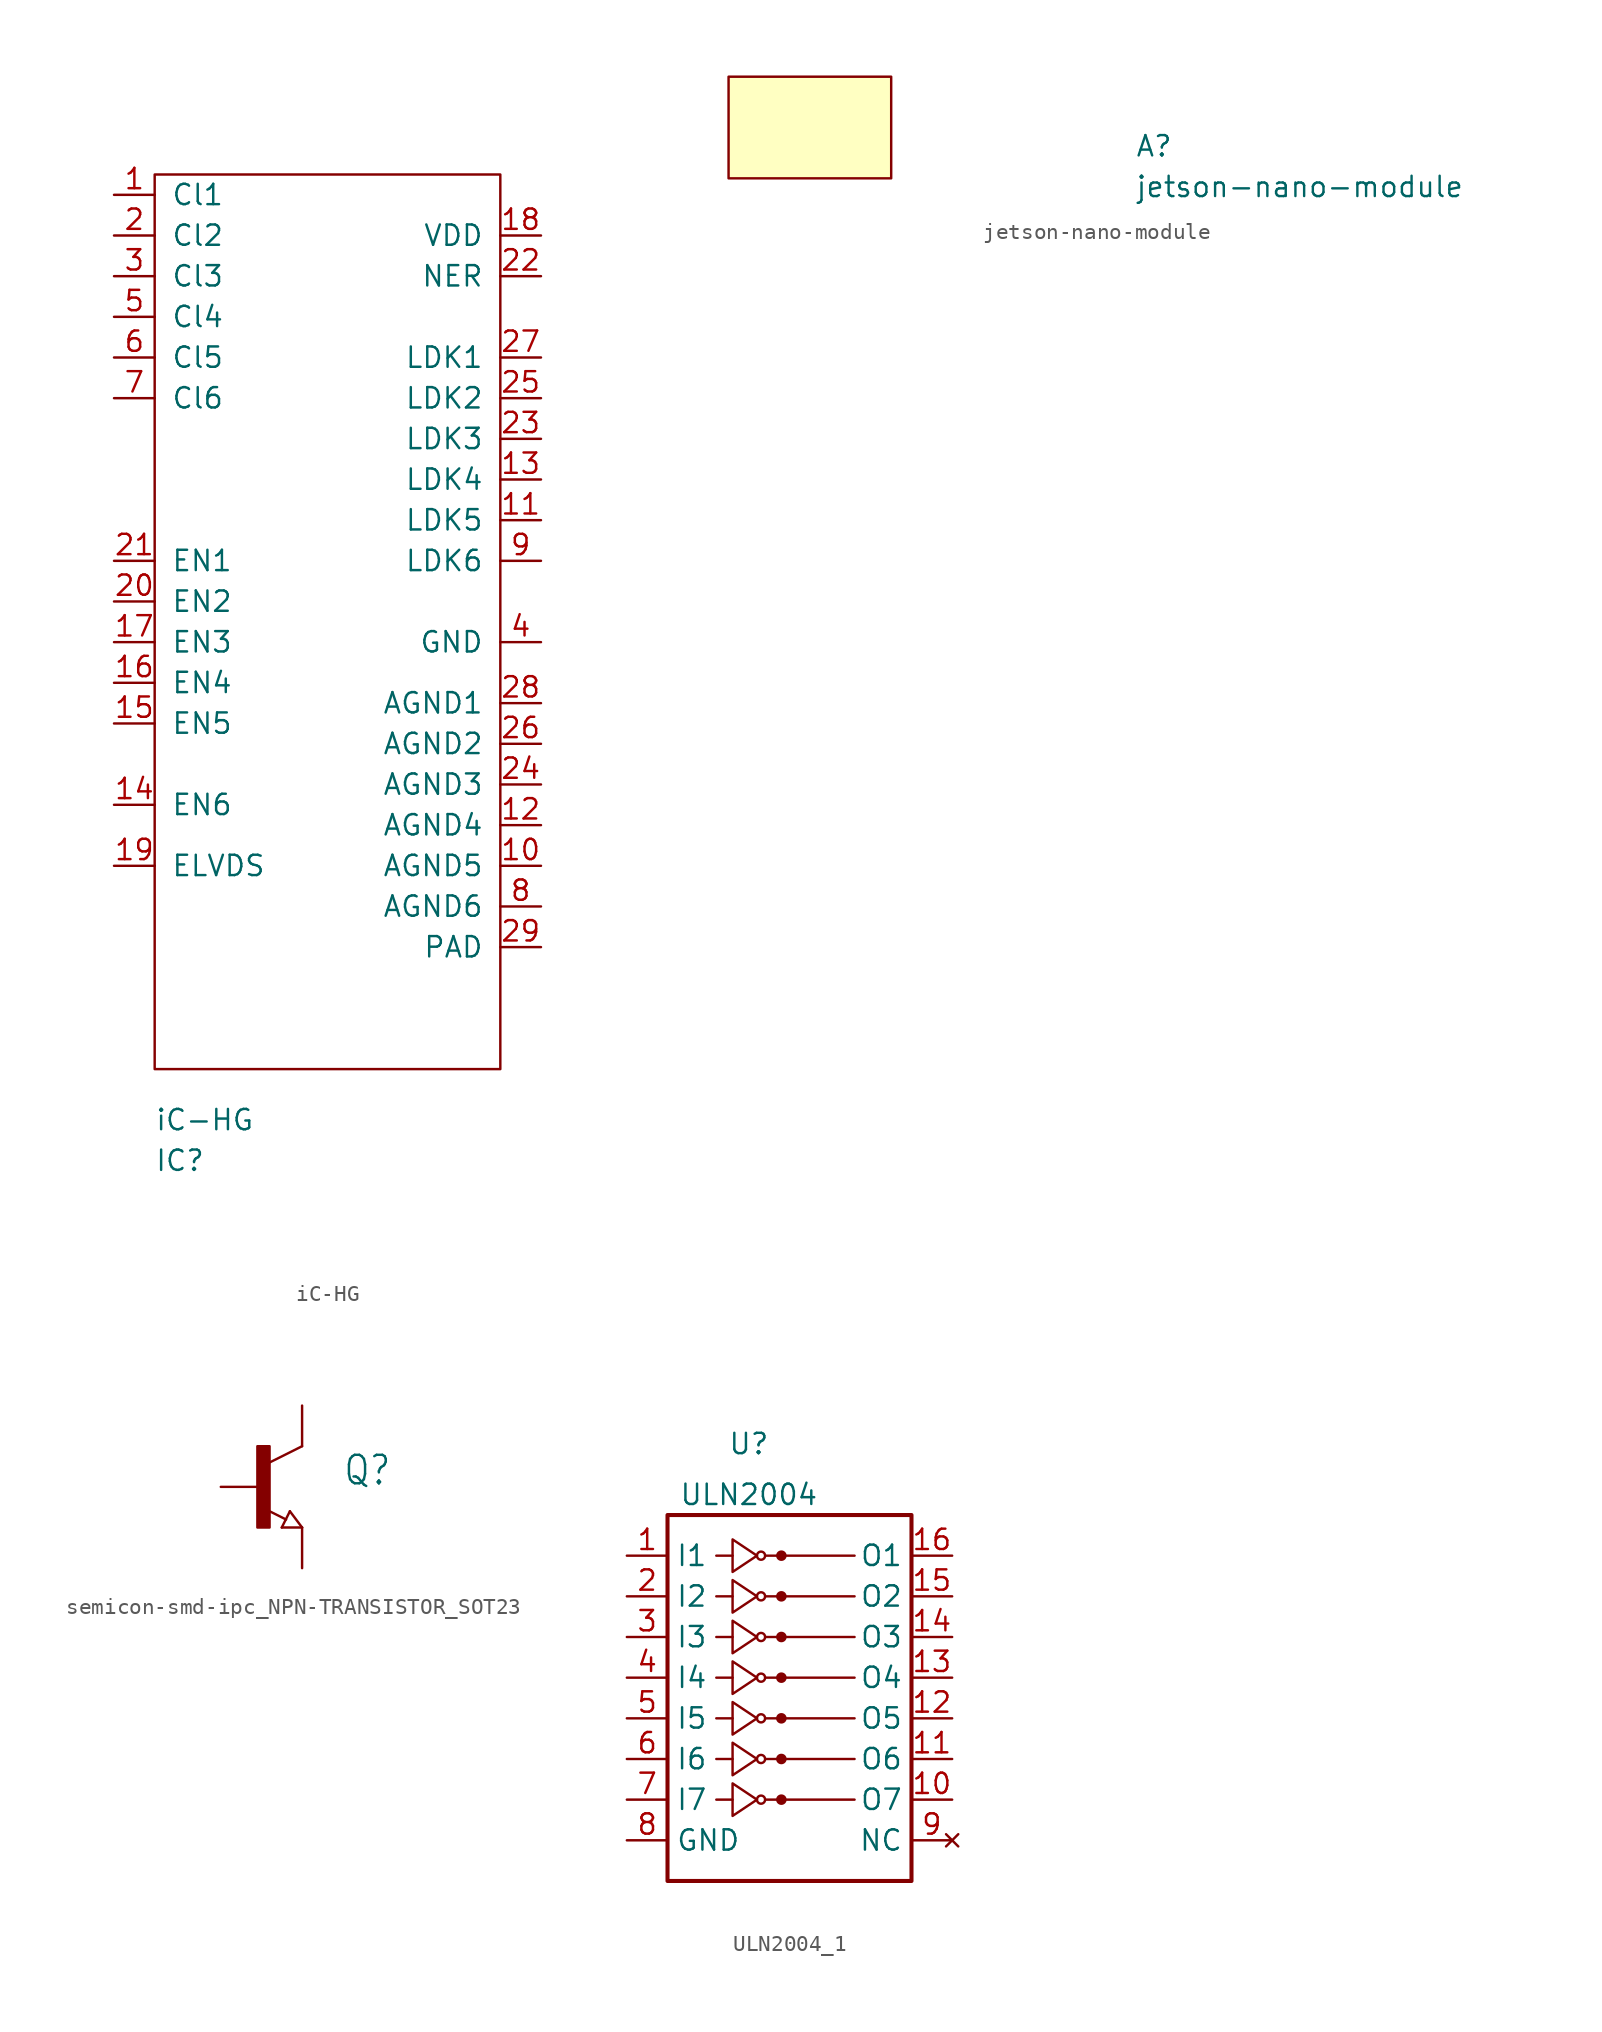
<source format=kicad_sym>
(kicad_symbol_lib
  (version 20231120)
  (generator "kicad_symbol_editor")
  (generator_version "8.0")
  (symbol "iC-HG"
    (pin_names
      (offset 1.016))
    (property "Reference" "IC"
      (at -10.795 -31.115 0)
      (effects (font (size 1.27 1.27)) (justify left)))
    (property "Value" "iC-HG"
      (at -10.795 -28.575 0)
      (effects (font (size 1.27 1.27)) (justify left)))
    (symbol "iC-HG_1_1"
      (rectangle (start -10.795 30.48) (end 10.795 -25.4) (stroke (width 0) (type default)) (fill (type none)))
      (pin input line (at -13.335 29.21 0) (length 2.54) (name "Cl1" (effects (font (size 1.27 1.27)))) (number "1" (effects (font (size 1.27 1.27)))))
      (pin input line (at 13.335 -12.7 180) (length 2.54) (name "AGND5" (effects (font (size 1.27 1.27)))) (number "10" (effects (font (size 1.27 1.27)))))
      (pin input line (at 13.335 8.89 180) (length 2.54) (name "LDK5" (effects (font (size 1.27 1.27)))) (number "11" (effects (font (size 1.27 1.27)))))
      (pin input line (at 13.335 -10.16 180) (length 2.54) (name "AGND4" (effects (font (size 1.27 1.27)))) (number "12" (effects (font (size 1.27 1.27)))))
      (pin input line (at 13.335 11.43 180) (length 2.54) (name "LDK4" (effects (font (size 1.27 1.27)))) (number "13" (effects (font (size 1.27 1.27)))))
      (pin input line (at -13.335 -8.89 0) (length 2.54) (name "EN6" (effects (font (size 1.27 1.27)))) (number "14" (effects (font (size 1.27 1.27)))))
      (pin input line (at -13.335 -3.81 0) (length 2.54) (name "EN5" (effects (font (size 1.27 1.27)))) (number "15" (effects (font (size 1.27 1.27)))))
      (pin input line (at -13.335 -1.27 0) (length 2.54) (name "EN4" (effects (font (size 1.27 1.27)))) (number "16" (effects (font (size 1.27 1.27)))))
      (pin input line (at -13.335 1.27 0) (length 2.54) (name "EN3" (effects (font (size 1.27 1.27)))) (number "17" (effects (font (size 1.27 1.27)))))
      (pin input line (at 13.335 26.67 180) (length 2.54) (name "VDD" (effects (font (size 1.27 1.27)))) (number "18" (effects (font (size 1.27 1.27)))))
      (pin input line (at -13.335 -12.7 0) (length 2.54) (name "ELVDS" (effects (font (size 1.27 1.27)))) (number "19" (effects (font (size 1.27 1.27)))))
      (pin input line (at -13.335 26.67 0) (length 2.54) (name "Cl2" (effects (font (size 1.27 1.27)))) (number "2" (effects (font (size 1.27 1.27)))))
      (pin input line (at -13.335 3.81 0) (length 2.54) (name "EN2" (effects (font (size 1.27 1.27)))) (number "20" (effects (font (size 1.27 1.27)))))
      (pin input line (at -13.335 6.35 0) (length 2.54) (name "EN1" (effects (font (size 1.27 1.27)))) (number "21" (effects (font (size 1.27 1.27)))))
      (pin input line (at 13.335 24.13 180) (length 2.54) (name "NER" (effects (font (size 1.27 1.27)))) (number "22" (effects (font (size 1.27 1.27)))))
      (pin input line (at 13.335 13.97 180) (length 2.54) (name "LDK3" (effects (font (size 1.27 1.27)))) (number "23" (effects (font (size 1.27 1.27)))))
      (pin input line (at 13.335 -7.62 180) (length 2.54) (name "AGND3" (effects (font (size 1.27 1.27)))) (number "24" (effects (font (size 1.27 1.27)))))
      (pin input line (at 13.335 16.51 180) (length 2.54) (name "LDK2" (effects (font (size 1.27 1.27)))) (number "25" (effects (font (size 1.27 1.27)))))
      (pin input line (at 13.335 -5.08 180) (length 2.54) (name "AGND2" (effects (font (size 1.27 1.27)))) (number "26" (effects (font (size 1.27 1.27)))))
      (pin input line (at 13.335 19.05 180) (length 2.54) (name "LDK1" (effects (font (size 1.27 1.27)))) (number "27" (effects (font (size 1.27 1.27)))))
      (pin input line (at 13.335 -2.54 180) (length 2.54) (name "AGND1" (effects (font (size 1.27 1.27)))) (number "28" (effects (font (size 1.27 1.27)))))
      (pin input line (at 13.335 -17.78 180) (length 2.54) (name "PAD" (effects (font (size 1.27 1.27)))) (number "29" (effects (font (size 1.27 1.27)))))
      (pin input line (at -13.335 24.13 0) (length 2.54) (name "Cl3" (effects (font (size 1.27 1.27)))) (number "3" (effects (font (size 1.27 1.27)))))
      (pin input line (at 13.335 1.27 180) (length 2.54) (name "GND" (effects (font (size 1.27 1.27)))) (number "4" (effects (font (size 1.27 1.27)))))
      (pin input line (at -13.335 21.59 0) (length 2.54) (name "Cl4" (effects (font (size 1.27 1.27)))) (number "5" (effects (font (size 1.27 1.27)))))
      (pin input line (at -13.335 19.05 0) (length 2.54) (name "Cl5" (effects (font (size 1.27 1.27)))) (number "6" (effects (font (size 1.27 1.27)))))
      (pin input line (at -13.335 16.51 0) (length 2.54) (name "Cl6" (effects (font (size 1.27 1.27)))) (number "7" (effects (font (size 1.27 1.27)))))
      (pin input line (at 13.335 -15.24 180) (length 2.54) (name "AGND6" (effects (font (size 1.27 1.27)))) (number "8" (effects (font (size 1.27 1.27)))))
      (pin input line (at 13.335 6.35 180) (length 2.54) (name "LDK6" (effects (font (size 1.27 1.27)))) (number "9" (effects (font (size 1.27 1.27)))))))
  (symbol "jetson-nano-module"
    (pin_names
      (offset 1.016))
    (property "Reference" "A"
      (at 25.4 -5.08 0)
      (effects (font (size 1.27 1.27) (thickness 0.15)) (justify left bottom)))
    (property "Value" "jetson-nano-module"
      (at 25.4 -7.62 0)
      (effects (font (size 1.27 1.27) (thickness 0.15)) (justify left bottom)))
    (symbol "jetson-nano-module_0_1"
      (rectangle (start 10.16 -6.35) (end 0 0) (stroke (width 0) (type default)) (fill (type background)))))
  (symbol "semicon-smd-ipc_NPN-TRANSISTOR_SOT23"
    (property "Reference" "Q"
      (at 5.08 0 0)
      (effects (font (size 1.778 1.511)) (justify left bottom)))
    (property "Value" ""
      (at 5.08 -2.54 0)
      (effects (font (size 1.778 1.511)) (justify left bottom)))
    (property "ki_locked" ""
      (at 0 0 0)
      (effects (font (size 1.27 1.27))))
    (symbol "semicon-smd-ipc_NPN-TRANSISTOR_SOT23_1_0"
      (rectangle (start -0.254 -2.54) (end 0.508 2.54) (stroke (width 0) (type default)) (fill (type outline)))
      (polyline (pts (xy 1.27 -2.54) (xy 1.778 -1.524)) (stroke (width 0.152) (type solid)) (fill (type none)))
      (polyline (pts (xy 1.54 -2.04) (xy 0.308 -1.424)) (stroke (width 0.152) (type solid)) (fill (type none)))
      (polyline (pts (xy 1.778 -1.524) (xy 2.54 -2.54)) (stroke (width 0.152) (type solid)) (fill (type none)))
      (polyline (pts (xy 2.54 -2.54) (xy 1.27 -2.54)) (stroke (width 0.152) (type solid)) (fill (type none)))
      (polyline (pts (xy 2.54 2.54) (xy 0.508 1.524)) (stroke (width 0.152) (type solid)) (fill (type none)))
      (pin passive line (at -2.54 0 0) (length 2.54) (name "B" (effects (font (size 0 0)))) (number "1" (effects (font (size 0 0)))))
      (pin passive line (at 2.54 -5.08 90) (length 2.54) (name "E" (effects (font (size 0 0)))) (number "2" (effects (font (size 0 0)))))
      (pin passive line (at 2.54 5.08 270) (length 2.54) (name "C" (effects (font (size 0 0)))) (number "3" (effects (font (size 0 0)))))))
  (symbol "ULN2004_1"
    (property "Reference" "U"
      (at -2.54 12.065 0)
      (effects (font (size 1.27 1.27))))
    (property "Value" "ULN2004"
      (at -2.54 8.89 0)
      (effects (font (size 1.27 1.27))))
    (symbol "ULN2004_1_0_1"
      (rectangle (start -7.62 -15.24) (end 7.62 7.62) (stroke (width 0.254) (type default)) (fill (type none)))
      (circle (center -1.778 5.08) (radius 0.254) (stroke (width 0) (type default)) (fill (type none)))
      (circle (center -0.508 5.08) (radius 0.254) (stroke (width 0) (type default)) (fill (type outline)))
      (polyline (pts (xy -4.572 5.08) (xy -3.556 5.08)) (stroke (width 0) (type default)) (fill (type none)))
      (polyline (pts (xy -1.524 5.08) (xy 4.064 5.08)) (stroke (width 0) (type default)) (fill (type none)))
      (polyline (pts (xy -3.556 6.096) (xy -3.556 4.064) (xy -2.032 5.08) (xy -3.556 6.096)) (stroke (width 0) (type default)) (fill (type none))))
    (symbol "ULN2004_1_1_1"
      (circle (center -1.778 -10.16) (radius 0.254) (stroke (width 0) (type default)) (fill (type none)))
      (circle (center -1.778 -7.62) (radius 0.254) (stroke (width 0) (type default)) (fill (type none)))
      (circle (center -1.778 -5.08) (radius 0.254) (stroke (width 0) (type default)) (fill (type none)))
      (circle (center -1.778 -2.54) (radius 0.254) (stroke (width 0) (type default)) (fill (type none)))
      (circle (center -1.778 0) (radius 0.254) (stroke (width 0) (type default)) (fill (type none)))
      (circle (center -1.778 2.54) (radius 0.254) (stroke (width 0) (type default)) (fill (type none)))
      (circle (center -0.508 -10.16) (radius 0.254) (stroke (width 0) (type default)) (fill (type outline)))
      (circle (center -0.508 -7.62) (radius 0.254) (stroke (width 0) (type default)) (fill (type outline)))
      (circle (center -0.508 -5.08) (radius 0.254) (stroke (width 0) (type default)) (fill (type outline)))
      (circle (center -0.508 -2.54) (radius 0.254) (stroke (width 0) (type default)) (fill (type outline)))
      (circle (center -0.508 0) (radius 0.254) (stroke (width 0) (type default)) (fill (type outline)))
      (circle (center -0.508 2.54) (radius 0.254) (stroke (width 0) (type default)) (fill (type outline)))
      (polyline (pts (xy -4.572 -10.16) (xy -3.556 -10.16)) (stroke (width 0) (type default)) (fill (type none)))
      (polyline (pts (xy -4.572 -7.62) (xy -3.556 -7.62)) (stroke (width 0) (type default)) (fill (type none)))
      (polyline (pts (xy -4.572 -5.08) (xy -3.556 -5.08)) (stroke (width 0) (type default)) (fill (type none)))
      (polyline (pts (xy -4.572 -2.54) (xy -3.556 -2.54)) (stroke (width 0) (type default)) (fill (type none)))
      (polyline (pts (xy -4.572 0) (xy -3.556 0)) (stroke (width 0) (type default)) (fill (type none)))
      (polyline (pts (xy -4.572 2.54) (xy -3.556 2.54)) (stroke (width 0) (type default)) (fill (type none)))
      (polyline (pts (xy -1.524 -10.16) (xy 4.064 -10.16)) (stroke (width 0) (type default)) (fill (type none)))
      (polyline (pts (xy -1.524 -7.62) (xy 4.064 -7.62)) (stroke (width 0) (type default)) (fill (type none)))
      (polyline (pts (xy -1.524 -5.08) (xy 4.064 -5.08)) (stroke (width 0) (type default)) (fill (type none)))
      (polyline (pts (xy -1.524 -2.54) (xy 4.064 -2.54)) (stroke (width 0) (type default)) (fill (type none)))
      (polyline (pts (xy -1.524 0) (xy 4.064 0)) (stroke (width 0) (type default)) (fill (type none)))
      (polyline (pts (xy -1.524 2.54) (xy 4.064 2.54)) (stroke (width 0) (type default)) (fill (type none)))
      (polyline (pts (xy -3.556 -9.144) (xy -3.556 -11.176) (xy -2.032 -10.16) (xy -3.556 -9.144)) (stroke (width 0) (type default)) (fill (type none)))
      (polyline (pts (xy -3.556 -6.604) (xy -3.556 -8.636) (xy -2.032 -7.62) (xy -3.556 -6.604)) (stroke (width 0) (type default)) (fill (type none)))
      (polyline (pts (xy -3.556 -4.064) (xy -3.556 -6.096) (xy -2.032 -5.08) (xy -3.556 -4.064)) (stroke (width 0) (type default)) (fill (type none)))
      (polyline (pts (xy -3.556 -1.524) (xy -3.556 -3.556) (xy -2.032 -2.54) (xy -3.556 -1.524)) (stroke (width 0) (type default)) (fill (type none)))
      (polyline (pts (xy -3.556 1.016) (xy -3.556 -1.016) (xy -2.032 0) (xy -3.556 1.016)) (stroke (width 0) (type default)) (fill (type none)))
      (polyline (pts (xy -3.556 3.556) (xy -3.556 1.524) (xy -2.032 2.54) (xy -3.556 3.556)) (stroke (width 0) (type default)) (fill (type none)))
      (pin input line (at -10.16 5.08 0) (length 2.54) (name "I1" (effects (font (size 1.27 1.27)))) (number "1" (effects (font (size 1.27 1.27)))))
      (pin open_collector line (at 10.16 -10.16 180) (length 2.54) (name "O7" (effects (font (size 1.27 1.27)))) (number "10" (effects (font (size 1.27 1.27)))))
      (pin open_collector line (at 10.16 -7.62 180) (length 2.54) (name "O6" (effects (font (size 1.27 1.27)))) (number "11" (effects (font (size 1.27 1.27)))))
      (pin open_collector line (at 10.16 -5.08 180) (length 2.54) (name "O5" (effects (font (size 1.27 1.27)))) (number "12" (effects (font (size 1.27 1.27)))))
      (pin open_collector line (at 10.16 -2.54 180) (length 2.54) (name "O4" (effects (font (size 1.27 1.27)))) (number "13" (effects (font (size 1.27 1.27)))))
      (pin open_collector line (at 10.16 0 180) (length 2.54) (name "O3" (effects (font (size 1.27 1.27)))) (number "14" (effects (font (size 1.27 1.27)))))
      (pin open_collector line (at 10.16 2.54 180) (length 2.54) (name "O2" (effects (font (size 1.27 1.27)))) (number "15" (effects (font (size 1.27 1.27)))))
      (pin open_collector line (at 10.16 5.08 180) (length 2.54) (name "O1" (effects (font (size 1.27 1.27)))) (number "16" (effects (font (size 1.27 1.27)))))
      (pin input line (at -10.16 2.54 0) (length 2.54) (name "I2" (effects (font (size 1.27 1.27)))) (number "2" (effects (font (size 1.27 1.27)))))
      (pin input line (at -10.16 0 0) (length 2.54) (name "I3" (effects (font (size 1.27 1.27)))) (number "3" (effects (font (size 1.27 1.27)))))
      (pin input line (at -10.16 -2.54 0) (length 2.54) (name "I4" (effects (font (size 1.27 1.27)))) (number "4" (effects (font (size 1.27 1.27)))))
      (pin input line (at -10.16 -5.08 0) (length 2.54) (name "I5" (effects (font (size 1.27 1.27)))) (number "5" (effects (font (size 1.27 1.27)))))
      (pin input line (at -10.16 -7.62 0) (length 2.54) (name "I6" (effects (font (size 1.27 1.27)))) (number "6" (effects (font (size 1.27 1.27)))))
      (pin input line (at -10.16 -10.16 0) (length 2.54) (name "I7" (effects (font (size 1.27 1.27)))) (number "7" (effects (font (size 1.27 1.27)))))
      (pin power_in line (at -10.16 -12.7 0) (length 2.54) (name "GND" (effects (font (size 1.27 1.27)))) (number "8" (effects (font (size 1.27 1.27)))))
      (pin no_connect line (at 10.16 -12.7 180) (length 2.54) (name "NC" (effects (font (size 1.27 1.27)))) (number "9" (effects (font (size 1.27 1.27))))))))
</source>
